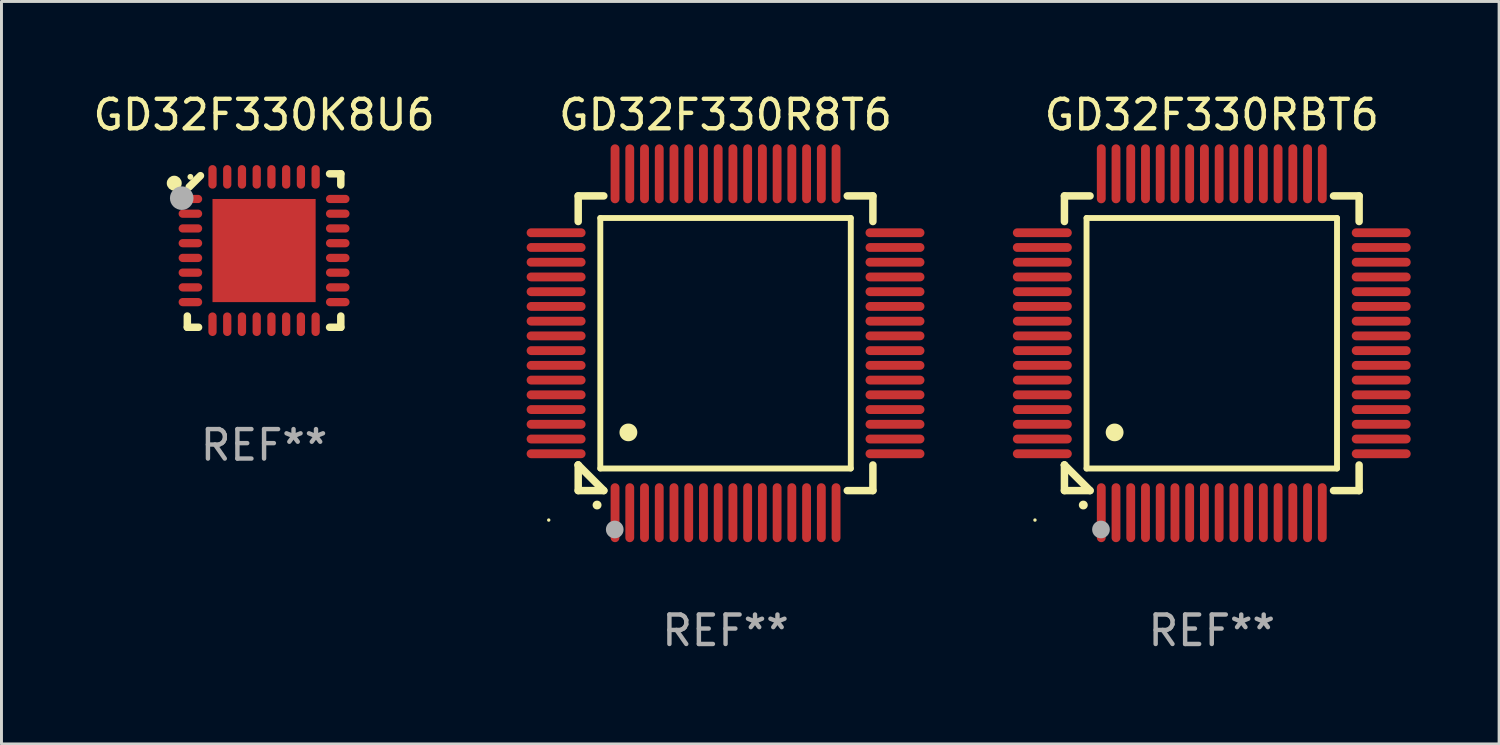
<source format=kicad_pcb>
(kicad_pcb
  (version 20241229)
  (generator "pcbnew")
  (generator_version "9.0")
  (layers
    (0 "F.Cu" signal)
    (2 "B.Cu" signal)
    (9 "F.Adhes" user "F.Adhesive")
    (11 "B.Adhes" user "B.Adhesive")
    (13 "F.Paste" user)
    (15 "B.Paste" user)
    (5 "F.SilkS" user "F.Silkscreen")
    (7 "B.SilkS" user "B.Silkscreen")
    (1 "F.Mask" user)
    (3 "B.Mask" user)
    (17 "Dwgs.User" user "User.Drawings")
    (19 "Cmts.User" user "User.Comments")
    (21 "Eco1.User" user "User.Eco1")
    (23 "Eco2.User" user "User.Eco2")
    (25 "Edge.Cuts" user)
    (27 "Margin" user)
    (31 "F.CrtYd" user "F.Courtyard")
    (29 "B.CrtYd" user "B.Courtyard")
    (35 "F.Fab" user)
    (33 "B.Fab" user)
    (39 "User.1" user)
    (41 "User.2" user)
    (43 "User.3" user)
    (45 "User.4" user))
  (footprint "GD32F330K8U6"
    (layer "F.Cu")
    (at 5.911 5.452)
    (property "Reference" "GD32F330K8U6" (at 0 -4.604 0) (layer "F.SilkS") (effects (font (size 1 1) (thickness 0.15))))
    (attr through_hole)
    (fp_line (start -2.604 2.223) (end -2.604 2.604) (stroke (width 0.254) (type solid)) (layer "F.SilkS"))
    (fp_line (start -2.604 2.604) (end -2.223 2.604) (stroke (width 0.254) (type solid)) (layer "F.SilkS"))
    (fp_line (start -2.159 -2.54) (end -2.54 -2.159) (stroke (width 0.254) (type solid)) (layer "F.SilkS"))
    (fp_line (start 2.223 2.604) (end 2.604 2.604) (stroke (width 0.254) (type solid)) (layer "F.SilkS"))
    (fp_line (start 2.604 -2.604) (end 2.223 -2.604) (stroke (width 0.254) (type solid)) (layer "F.SilkS"))
    (fp_line (start 2.604 -2.223) (end 2.604 -2.604) (stroke (width 0.254) (type solid)) (layer "F.SilkS"))
    (fp_line (start 2.604 2.604) (end 2.604 2.223) (stroke (width 0.254) (type solid)) (layer "F.SilkS"))
    (fp_circle (center -3.048 -2.286) (end -2.921 -2.286) (stroke (width 0.254) (type solid)) (fill no) (layer "F.SilkS"))
    (fp_circle (center -2.5 -2.5) (end -2.45 -2.5) (stroke (width 0.1) (type solid)) (fill no) (layer "F.SilkS"))
    (fp_circle (center -2.794 -1.778) (end -2.594 -1.778) (stroke (width 0.4) (type solid)) (fill no) (layer "F.Fab"))
    (fp_text user "REF**" (at 0 6.604 0) (layer "F.Fab") (effects (font (size 1 1) (thickness 0.15))))
    (pad "1" smd oval (at -2.5 -1.75) (size 0.8 0.28) (layers "F.Cu" "F.Mask" "F.Paste"))
    (pad "2" smd oval (at -2.5 -1.25) (size 0.8 0.28) (layers "F.Cu" "F.Mask" "F.Paste"))
    (pad "3" smd oval (at -2.5 -0.75) (size 0.8 0.28) (layers "F.Cu" "F.Mask" "F.Paste"))
    (pad "4" smd oval (at -2.5 -0.25) (size 0.8 0.28) (layers "F.Cu" "F.Mask" "F.Paste"))
    (pad "5" smd oval (at -2.5 0.25) (size 0.8 0.28) (layers "F.Cu" "F.Mask" "F.Paste"))
    (pad "6" smd oval (at -2.5 0.75) (size 0.8 0.28) (layers "F.Cu" "F.Mask" "F.Paste"))
    (pad "7" smd oval (at -2.5 1.25) (size 0.8 0.28) (layers "F.Cu" "F.Mask" "F.Paste"))
    (pad "8" smd oval (at -2.5 1.75) (size 0.8 0.28) (layers "F.Cu" "F.Mask" "F.Paste"))
    (pad "9" smd oval (at -1.75 2.5) (size 0.28 0.8) (layers "F.Cu" "F.Mask" "F.Paste"))
    (pad "10" smd oval (at -1.25 2.5) (size 0.28 0.8) (layers "F.Cu" "F.Mask" "F.Paste"))
    (pad "11" smd oval (at -0.75 2.5) (size 0.28 0.8) (layers "F.Cu" "F.Mask" "F.Paste"))
    (pad "12" smd oval (at -0.25 2.5) (size 0.28 0.8) (layers "F.Cu" "F.Mask" "F.Paste"))
    (pad "13" smd oval (at 0.25 2.5) (size 0.28 0.8) (layers "F.Cu" "F.Mask" "F.Paste"))
    (pad "14" smd oval (at 0.75 2.5) (size 0.28 0.8) (layers "F.Cu" "F.Mask" "F.Paste"))
    (pad "15" smd oval (at 1.25 2.5) (size 0.28 0.8) (layers "F.Cu" "F.Mask" "F.Paste"))
    (pad "16" smd oval (at 1.75 2.5) (size 0.28 0.8) (layers "F.Cu" "F.Mask" "F.Paste"))
    (pad "17" smd oval (at 2.5 1.75) (size 0.8 0.28) (layers "F.Cu" "F.Mask" "F.Paste"))
    (pad "18" smd oval (at 2.5 1.25) (size 0.8 0.28) (layers "F.Cu" "F.Mask" "F.Paste"))
    (pad "19" smd oval (at 2.5 0.75) (size 0.8 0.28) (layers "F.Cu" "F.Mask" "F.Paste"))
    (pad "20" smd oval (at 2.5 0.25) (size 0.8 0.28) (layers "F.Cu" "F.Mask" "F.Paste"))
    (pad "21" smd oval (at 2.5 -0.25) (size 0.8 0.28) (layers "F.Cu" "F.Mask" "F.Paste"))
    (pad "22" smd oval (at 2.5 -0.75) (size 0.8 0.28) (layers "F.Cu" "F.Mask" "F.Paste"))
    (pad "23" smd oval (at 2.5 -1.25) (size 0.8 0.28) (layers "F.Cu" "F.Mask" "F.Paste"))
    (pad "24" smd oval (at 2.5 -1.75) (size 0.8 0.28) (layers "F.Cu" "F.Mask" "F.Paste"))
    (pad "25" smd oval (at 1.75 -2.5) (size 0.28 0.8) (layers "F.Cu" "F.Mask" "F.Paste"))
    (pad "26" smd oval (at 1.25 -2.5) (size 0.28 0.8) (layers "F.Cu" "F.Mask" "F.Paste"))
    (pad "27" smd oval (at 0.75 -2.5) (size 0.28 0.8) (layers "F.Cu" "F.Mask" "F.Paste"))
    (pad "28" smd oval (at 0.25 -2.5) (size 0.28 0.8) (layers "F.Cu" "F.Mask" "F.Paste"))
    (pad "29" smd oval (at -0.25 -2.5) (size 0.28 0.8) (layers "F.Cu" "F.Mask" "F.Paste"))
    (pad "30" smd oval (at -0.75 -2.5) (size 0.28 0.8) (layers "F.Cu" "F.Mask" "F.Paste"))
    (pad "31" smd oval (at -1.25 -2.5) (size 0.28 0.8) (layers "F.Cu" "F.Mask" "F.Paste"))
    (pad "32" smd oval (at -1.75 -2.5) (size 0.28 0.8) (layers "F.Cu" "F.Mask" "F.Paste"))
    (pad "33" smd rect (at 0.000076 0.000076) (size 3.5 3.5) (layers "F.Cu" "F.Mask" "F.Paste")))
  (footprint "GD32F330R8T6"
    (layer "F.Cu")
    (at 21.571 8.598)
    (property "Reference" "GD32F330R8T6" (at 0 -7.75 0) (layer "F.SilkS") (effects (font (size 1 1) (thickness 0.15))))
    (attr through_hole)
    (fp_line (start -5 -5) (end -4.131 -5) (stroke (width 0.254) (type solid)) (layer "F.SilkS"))
    (fp_line (start -5 -4.131) (end -5 -5) (stroke (width 0.254) (type solid)) (layer "F.SilkS"))
    (fp_line (start -5 4.131) (end -5 4.131) (stroke (width 0.254) (type solid)) (layer "F.SilkS"))
    (fp_line (start -5 5) (end -5 4.131) (stroke (width 0.254) (type solid)) (layer "F.SilkS"))
    (fp_line (start -5 4.131) (end -4.131 5) (stroke (width 0.254) (type solid)) (layer "F.SilkS"))
    (fp_line (start -4.25 -4.25) (end -4.25 4.25) (stroke (width 0.2) (type solid)) (layer "F.SilkS"))
    (fp_line (start -4.25 4.25) (end 4.25 4.25) (stroke (width 0.2) (type solid)) (layer "F.SilkS"))
    (fp_line (start -4.131 5) (end -5 5) (stroke (width 0.254) (type solid)) (layer "F.SilkS"))
    (fp_line (start 4.25 -4.25) (end -4.25 -4.25) (stroke (width 0.2) (type solid)) (layer "F.SilkS"))
    (fp_line (start 4.25 4.25) (end 4.25 -4.25) (stroke (width 0.2) (type solid)) (layer "F.SilkS"))
    (fp_line (start 5 -5) (end 4.131 -5) (stroke (width 0.254) (type solid)) (layer "F.SilkS"))
    (fp_line (start 5 -5) (end 5 -4.131) (stroke (width 0.254) (type solid)) (layer "F.SilkS"))
    (fp_line (start 5 4.131) (end 5 5) (stroke (width 0.254) (type solid)) (layer "F.SilkS"))
    (fp_line (start 5 5) (end 4.131 5) (stroke (width 0.254) (type solid)) (layer "F.SilkS"))
    (fp_arc (start -4.361265 5.489992) (mid -4.359995 5.489987) (end -4.358725 5.489992) (stroke (width 0.3) (type solid)) (layer "F.SilkS"))
    (fp_arc (start -3.299467 3.025146) (mid -3.296927 3.025135) (end -3.294387 3.025146) (stroke (width 0.6) (type solid)) (layer "F.SilkS"))
    (fp_circle (center -6 6) (end -5.97 6) (stroke (width 0.06) (type solid)) (fill no) (layer "F.SilkS"))
    (fp_circle (center -3.76 6.32) (end -3.61 6.32) (stroke (width 0.3) (type solid)) (fill no) (layer "F.Fab"))
    (fp_text user "REF**" (at 0 9.75 0) (layer "F.Fab") (effects (font (size 1 1) (thickness 0.15))))
    (pad "1" smd oval (at -3.75 5.75) (size 0.3 2) (layers "F.Cu" "F.Mask" "F.Paste"))
    (pad "2" smd oval (at -3.25 5.75) (size 0.3 2) (layers "F.Cu" "F.Mask" "F.Paste"))
    (pad "3" smd oval (at -2.75 5.75) (size 0.3 2) (layers "F.Cu" "F.Mask" "F.Paste"))
    (pad "4" smd oval (at -2.25 5.75) (size 0.3 2) (layers "F.Cu" "F.Mask" "F.Paste"))
    (pad "5" smd oval (at -1.75 5.75) (size 0.3 2) (layers "F.Cu" "F.Mask" "F.Paste"))
    (pad "6" smd oval (at -1.25 5.75) (size 0.3 2) (layers "F.Cu" "F.Mask" "F.Paste"))
    (pad "7" smd oval (at -0.75 5.75) (size 0.3 2) (layers "F.Cu" "F.Mask" "F.Paste"))
    (pad "8" smd oval (at -0.25 5.75) (size 0.3 2) (layers "F.Cu" "F.Mask" "F.Paste"))
    (pad "9" smd oval (at 0.25 5.75) (size 0.3 2) (layers "F.Cu" "F.Mask" "F.Paste"))
    (pad "10" smd oval (at 0.75 5.75) (size 0.3 2) (layers "F.Cu" "F.Mask" "F.Paste"))
    (pad "11" smd oval (at 1.25 5.75) (size 0.3 2) (layers "F.Cu" "F.Mask" "F.Paste"))
    (pad "12" smd oval (at 1.75 5.75) (size 0.3 2) (layers "F.Cu" "F.Mask" "F.Paste"))
    (pad "13" smd oval (at 2.25 5.75) (size 0.3 2) (layers "F.Cu" "F.Mask" "F.Paste"))
    (pad "14" smd oval (at 2.75 5.75) (size 0.3 2) (layers "F.Cu" "F.Mask" "F.Paste"))
    (pad "15" smd oval (at 3.25 5.75) (size 0.3 2) (layers "F.Cu" "F.Mask" "F.Paste"))
    (pad "16" smd oval (at 3.75 5.75) (size 0.3 2) (layers "F.Cu" "F.Mask" "F.Paste"))
    (pad "17" smd oval (at 5.75 3.75) (size 2 0.3) (layers "F.Cu" "F.Mask" "F.Paste"))
    (pad "18" smd oval (at 5.75 3.25) (size 2 0.3) (layers "F.Cu" "F.Mask" "F.Paste"))
    (pad "19" smd oval (at 5.75 2.75) (size 2 0.3) (layers "F.Cu" "F.Mask" "F.Paste"))
    (pad "20" smd oval (at 5.75 2.25) (size 2 0.3) (layers "F.Cu" "F.Mask" "F.Paste"))
    (pad "21" smd oval (at 5.75 1.75) (size 2 0.3) (layers "F.Cu" "F.Mask" "F.Paste"))
    (pad "22" smd oval (at 5.75 1.25) (size 2 0.3) (layers "F.Cu" "F.Mask" "F.Paste"))
    (pad "23" smd oval (at 5.75 0.75) (size 2 0.3) (layers "F.Cu" "F.Mask" "F.Paste"))
    (pad "24" smd oval (at 5.75 0.25) (size 2 0.3) (layers "F.Cu" "F.Mask" "F.Paste"))
    (pad "25" smd oval (at 5.75 -0.25) (size 2 0.3) (layers "F.Cu" "F.Mask" "F.Paste"))
    (pad "26" smd oval (at 5.75 -0.75) (size 2 0.3) (layers "F.Cu" "F.Mask" "F.Paste"))
    (pad "27" smd oval (at 5.75 -1.25) (size 2 0.3) (layers "F.Cu" "F.Mask" "F.Paste"))
    (pad "28" smd oval (at 5.75 -1.75) (size 2 0.3) (layers "F.Cu" "F.Mask" "F.Paste"))
    (pad "29" smd oval (at 5.75 -2.25) (size 2 0.3) (layers "F.Cu" "F.Mask" "F.Paste"))
    (pad "30" smd oval (at 5.75 -2.75) (size 2 0.3) (layers "F.Cu" "F.Mask" "F.Paste"))
    (pad "31" smd oval (at 5.75 -3.25) (size 2 0.3) (layers "F.Cu" "F.Mask" "F.Paste"))
    (pad "32" smd oval (at 5.75 -3.75) (size 2 0.3) (layers "F.Cu" "F.Mask" "F.Paste"))
    (pad "33" smd oval (at 3.75 -5.75) (size 0.3 2) (layers "F.Cu" "F.Mask" "F.Paste"))
    (pad "34" smd oval (at 3.25 -5.75) (size 0.3 2) (layers "F.Cu" "F.Mask" "F.Paste"))
    (pad "35" smd oval (at 2.75 -5.75) (size 0.3 2) (layers "F.Cu" "F.Mask" "F.Paste"))
    (pad "36" smd oval (at 2.25 -5.75) (size 0.3 2) (layers "F.Cu" "F.Mask" "F.Paste"))
    (pad "37" smd oval (at 1.75 -5.75) (size 0.3 2) (layers "F.Cu" "F.Mask" "F.Paste"))
    (pad "38" smd oval (at 1.25 -5.75) (size 0.3 2) (layers "F.Cu" "F.Mask" "F.Paste"))
    (pad "39" smd oval (at 0.75 -5.75) (size 0.3 2) (layers "F.Cu" "F.Mask" "F.Paste"))
    (pad "40" smd oval (at 0.25 -5.75) (size 0.3 2) (layers "F.Cu" "F.Mask" "F.Paste"))
    (pad "41" smd oval (at -0.25 -5.75) (size 0.3 2) (layers "F.Cu" "F.Mask" "F.Paste"))
    (pad "42" smd oval (at -0.75 -5.75) (size 0.3 2) (layers "F.Cu" "F.Mask" "F.Paste"))
    (pad "43" smd oval (at -1.25 -5.75) (size 0.3 2) (layers "F.Cu" "F.Mask" "F.Paste"))
    (pad "44" smd oval (at -1.75 -5.75) (size 0.3 2) (layers "F.Cu" "F.Mask" "F.Paste"))
    (pad "45" smd oval (at -2.25 -5.75) (size 0.3 2) (layers "F.Cu" "F.Mask" "F.Paste"))
    (pad "46" smd oval (at -2.75 -5.75) (size 0.3 2) (layers "F.Cu" "F.Mask" "F.Paste"))
    (pad "47" smd oval (at -3.25 -5.75) (size 0.3 2) (layers "F.Cu" "F.Mask" "F.Paste"))
    (pad "48" smd oval (at -3.75 -5.75) (size 0.3 2) (layers "F.Cu" "F.Mask" "F.Paste"))
    (pad "49" smd oval (at -5.75 -3.75) (size 2 0.3) (layers "F.Cu" "F.Mask" "F.Paste"))
    (pad "50" smd oval (at -5.75 -3.25) (size 2 0.3) (layers "F.Cu" "F.Mask" "F.Paste"))
    (pad "51" smd oval (at -5.75 -2.75) (size 2 0.3) (layers "F.Cu" "F.Mask" "F.Paste"))
    (pad "52" smd oval (at -5.75 -2.25) (size 2 0.3) (layers "F.Cu" "F.Mask" "F.Paste"))
    (pad "53" smd oval (at -5.75 -1.75) (size 2 0.3) (layers "F.Cu" "F.Mask" "F.Paste"))
    (pad "54" smd oval (at -5.75 -1.25) (size 2 0.3) (layers "F.Cu" "F.Mask" "F.Paste"))
    (pad "55" smd oval (at -5.75 -0.75) (size 2 0.3) (layers "F.Cu" "F.Mask" "F.Paste"))
    (pad "56" smd oval (at -5.75 -0.25) (size 2 0.3) (layers "F.Cu" "F.Mask" "F.Paste"))
    (pad "57" smd oval (at -5.75 0.25) (size 2 0.3) (layers "F.Cu" "F.Mask" "F.Paste"))
    (pad "58" smd oval (at -5.75 0.75) (size 2 0.3) (layers "F.Cu" "F.Mask" "F.Paste"))
    (pad "59" smd oval (at -5.75 1.25) (size 2 0.3) (layers "F.Cu" "F.Mask" "F.Paste"))
    (pad "60" smd oval (at -5.75 1.75) (size 2 0.3) (layers "F.Cu" "F.Mask" "F.Paste"))
    (pad "61" smd oval (at -5.75 2.25) (size 2 0.3) (layers "F.Cu" "F.Mask" "F.Paste"))
    (pad "62" smd oval (at -5.75 2.75) (size 2 0.3) (layers "F.Cu" "F.Mask" "F.Paste"))
    (pad "63" smd oval (at -5.75 3.25) (size 2 0.3) (layers "F.Cu" "F.Mask" "F.Paste"))
    (pad "64" smd oval (at -5.75 3.75) (size 2 0.3) (layers "F.Cu" "F.Mask" "F.Paste")))
  (footprint "GD32F330RBT6"
    (layer "F.Cu")
    (at 38.071 8.598)
    (property "Reference" "GD32F330RBT6" (at 0 -7.75 0) (layer "F.SilkS") (effects (font (size 1 1) (thickness 0.15))))
    (attr through_hole)
    (fp_line (start -5 -5) (end -4.131 -5) (stroke (width 0.254) (type solid)) (layer "F.SilkS"))
    (fp_line (start -5 -4.131) (end -5 -5) (stroke (width 0.254) (type solid)) (layer "F.SilkS"))
    (fp_line (start -5 4.131) (end -5 4.131) (stroke (width 0.254) (type solid)) (layer "F.SilkS"))
    (fp_line (start -5 5) (end -5 4.131) (stroke (width 0.254) (type solid)) (layer "F.SilkS"))
    (fp_line (start -5 4.131) (end -4.131 5) (stroke (width 0.254) (type solid)) (layer "F.SilkS"))
    (fp_line (start -4.25 -4.25) (end -4.25 4.25) (stroke (width 0.2) (type solid)) (layer "F.SilkS"))
    (fp_line (start -4.25 4.25) (end 4.25 4.25) (stroke (width 0.2) (type solid)) (layer "F.SilkS"))
    (fp_line (start -4.131 5) (end -5 5) (stroke (width 0.254) (type solid)) (layer "F.SilkS"))
    (fp_line (start 4.25 -4.25) (end -4.25 -4.25) (stroke (width 0.2) (type solid)) (layer "F.SilkS"))
    (fp_line (start 4.25 4.25) (end 4.25 -4.25) (stroke (width 0.2) (type solid)) (layer "F.SilkS"))
    (fp_line (start 5 -5) (end 4.131 -5) (stroke (width 0.254) (type solid)) (layer "F.SilkS"))
    (fp_line (start 5 -5) (end 5 -4.131) (stroke (width 0.254) (type solid)) (layer "F.SilkS"))
    (fp_line (start 5 4.131) (end 5 5) (stroke (width 0.254) (type solid)) (layer "F.SilkS"))
    (fp_line (start 5 5) (end 4.131 5) (stroke (width 0.254) (type solid)) (layer "F.SilkS"))
    (fp_arc (start -4.361265 5.489992) (mid -4.359995 5.489987) (end -4.358725 5.489992) (stroke (width 0.3) (type solid)) (layer "F.SilkS"))
    (fp_arc (start -3.299467 3.025146) (mid -3.296927 3.025135) (end -3.294387 3.025146) (stroke (width 0.6) (type solid)) (layer "F.SilkS"))
    (fp_circle (center -6 6) (end -5.97 6) (stroke (width 0.06) (type solid)) (fill no) (layer "F.SilkS"))
    (fp_circle (center -3.76 6.32) (end -3.61 6.32) (stroke (width 0.3) (type solid)) (fill no) (layer "F.Fab"))
    (fp_text user "REF**" (at 0 9.75 0) (layer "F.Fab") (effects (font (size 1 1) (thickness 0.15))))
    (pad "1" smd oval (at -3.75 5.75) (size 0.3 2) (layers "F.Cu" "F.Mask" "F.Paste"))
    (pad "2" smd oval (at -3.25 5.75) (size 0.3 2) (layers "F.Cu" "F.Mask" "F.Paste"))
    (pad "3" smd oval (at -2.75 5.75) (size 0.3 2) (layers "F.Cu" "F.Mask" "F.Paste"))
    (pad "4" smd oval (at -2.25 5.75) (size 0.3 2) (layers "F.Cu" "F.Mask" "F.Paste"))
    (pad "5" smd oval (at -1.75 5.75) (size 0.3 2) (layers "F.Cu" "F.Mask" "F.Paste"))
    (pad "6" smd oval (at -1.25 5.75) (size 0.3 2) (layers "F.Cu" "F.Mask" "F.Paste"))
    (pad "7" smd oval (at -0.75 5.75) (size 0.3 2) (layers "F.Cu" "F.Mask" "F.Paste"))
    (pad "8" smd oval (at -0.25 5.75) (size 0.3 2) (layers "F.Cu" "F.Mask" "F.Paste"))
    (pad "9" smd oval (at 0.25 5.75) (size 0.3 2) (layers "F.Cu" "F.Mask" "F.Paste"))
    (pad "10" smd oval (at 0.75 5.75) (size 0.3 2) (layers "F.Cu" "F.Mask" "F.Paste"))
    (pad "11" smd oval (at 1.25 5.75) (size 0.3 2) (layers "F.Cu" "F.Mask" "F.Paste"))
    (pad "12" smd oval (at 1.75 5.75) (size 0.3 2) (layers "F.Cu" "F.Mask" "F.Paste"))
    (pad "13" smd oval (at 2.25 5.75) (size 0.3 2) (layers "F.Cu" "F.Mask" "F.Paste"))
    (pad "14" smd oval (at 2.75 5.75) (size 0.3 2) (layers "F.Cu" "F.Mask" "F.Paste"))
    (pad "15" smd oval (at 3.25 5.75) (size 0.3 2) (layers "F.Cu" "F.Mask" "F.Paste"))
    (pad "16" smd oval (at 3.75 5.75) (size 0.3 2) (layers "F.Cu" "F.Mask" "F.Paste"))
    (pad "17" smd oval (at 5.75 3.75) (size 2 0.3) (layers "F.Cu" "F.Mask" "F.Paste"))
    (pad "18" smd oval (at 5.75 3.25) (size 2 0.3) (layers "F.Cu" "F.Mask" "F.Paste"))
    (pad "19" smd oval (at 5.75 2.75) (size 2 0.3) (layers "F.Cu" "F.Mask" "F.Paste"))
    (pad "20" smd oval (at 5.75 2.25) (size 2 0.3) (layers "F.Cu" "F.Mask" "F.Paste"))
    (pad "21" smd oval (at 5.75 1.75) (size 2 0.3) (layers "F.Cu" "F.Mask" "F.Paste"))
    (pad "22" smd oval (at 5.75 1.25) (size 2 0.3) (layers "F.Cu" "F.Mask" "F.Paste"))
    (pad "23" smd oval (at 5.75 0.75) (size 2 0.3) (layers "F.Cu" "F.Mask" "F.Paste"))
    (pad "24" smd oval (at 5.75 0.25) (size 2 0.3) (layers "F.Cu" "F.Mask" "F.Paste"))
    (pad "25" smd oval (at 5.75 -0.25) (size 2 0.3) (layers "F.Cu" "F.Mask" "F.Paste"))
    (pad "26" smd oval (at 5.75 -0.75) (size 2 0.3) (layers "F.Cu" "F.Mask" "F.Paste"))
    (pad "27" smd oval (at 5.75 -1.25) (size 2 0.3) (layers "F.Cu" "F.Mask" "F.Paste"))
    (pad "28" smd oval (at 5.75 -1.75) (size 2 0.3) (layers "F.Cu" "F.Mask" "F.Paste"))
    (pad "29" smd oval (at 5.75 -2.25) (size 2 0.3) (layers "F.Cu" "F.Mask" "F.Paste"))
    (pad "30" smd oval (at 5.75 -2.75) (size 2 0.3) (layers "F.Cu" "F.Mask" "F.Paste"))
    (pad "31" smd oval (at 5.75 -3.25) (size 2 0.3) (layers "F.Cu" "F.Mask" "F.Paste"))
    (pad "32" smd oval (at 5.75 -3.75) (size 2 0.3) (layers "F.Cu" "F.Mask" "F.Paste"))
    (pad "33" smd oval (at 3.75 -5.75) (size 0.3 2) (layers "F.Cu" "F.Mask" "F.Paste"))
    (pad "34" smd oval (at 3.25 -5.75) (size 0.3 2) (layers "F.Cu" "F.Mask" "F.Paste"))
    (pad "35" smd oval (at 2.75 -5.75) (size 0.3 2) (layers "F.Cu" "F.Mask" "F.Paste"))
    (pad "36" smd oval (at 2.25 -5.75) (size 0.3 2) (layers "F.Cu" "F.Mask" "F.Paste"))
    (pad "37" smd oval (at 1.75 -5.75) (size 0.3 2) (layers "F.Cu" "F.Mask" "F.Paste"))
    (pad "38" smd oval (at 1.25 -5.75) (size 0.3 2) (layers "F.Cu" "F.Mask" "F.Paste"))
    (pad "39" smd oval (at 0.75 -5.75) (size 0.3 2) (layers "F.Cu" "F.Mask" "F.Paste"))
    (pad "40" smd oval (at 0.25 -5.75) (size 0.3 2) (layers "F.Cu" "F.Mask" "F.Paste"))
    (pad "41" smd oval (at -0.25 -5.75) (size 0.3 2) (layers "F.Cu" "F.Mask" "F.Paste"))
    (pad "42" smd oval (at -0.75 -5.75) (size 0.3 2) (layers "F.Cu" "F.Mask" "F.Paste"))
    (pad "43" smd oval (at -1.25 -5.75) (size 0.3 2) (layers "F.Cu" "F.Mask" "F.Paste"))
    (pad "44" smd oval (at -1.75 -5.75) (size 0.3 2) (layers "F.Cu" "F.Mask" "F.Paste"))
    (pad "45" smd oval (at -2.25 -5.75) (size 0.3 2) (layers "F.Cu" "F.Mask" "F.Paste"))
    (pad "46" smd oval (at -2.75 -5.75) (size 0.3 2) (layers "F.Cu" "F.Mask" "F.Paste"))
    (pad "47" smd oval (at -3.25 -5.75) (size 0.3 2) (layers "F.Cu" "F.Mask" "F.Paste"))
    (pad "48" smd oval (at -3.75 -5.75) (size 0.3 2) (layers "F.Cu" "F.Mask" "F.Paste"))
    (pad "49" smd oval (at -5.75 -3.75) (size 2 0.3) (layers "F.Cu" "F.Mask" "F.Paste"))
    (pad "50" smd oval (at -5.75 -3.25) (size 2 0.3) (layers "F.Cu" "F.Mask" "F.Paste"))
    (pad "51" smd oval (at -5.75 -2.75) (size 2 0.3) (layers "F.Cu" "F.Mask" "F.Paste"))
    (pad "52" smd oval (at -5.75 -2.25) (size 2 0.3) (layers "F.Cu" "F.Mask" "F.Paste"))
    (pad "53" smd oval (at -5.75 -1.75) (size 2 0.3) (layers "F.Cu" "F.Mask" "F.Paste"))
    (pad "54" smd oval (at -5.75 -1.25) (size 2 0.3) (layers "F.Cu" "F.Mask" "F.Paste"))
    (pad "55" smd oval (at -5.75 -0.75) (size 2 0.3) (layers "F.Cu" "F.Mask" "F.Paste"))
    (pad "56" smd oval (at -5.75 -0.25) (size 2 0.3) (layers "F.Cu" "F.Mask" "F.Paste"))
    (pad "57" smd oval (at -5.75 0.25) (size 2 0.3) (layers "F.Cu" "F.Mask" "F.Paste"))
    (pad "58" smd oval (at -5.75 0.75) (size 2 0.3) (layers "F.Cu" "F.Mask" "F.Paste"))
    (pad "59" smd oval (at -5.75 1.25) (size 2 0.3) (layers "F.Cu" "F.Mask" "F.Paste"))
    (pad "60" smd oval (at -5.75 1.75) (size 2 0.3) (layers "F.Cu" "F.Mask" "F.Paste"))
    (pad "61" smd oval (at -5.75 2.25) (size 2 0.3) (layers "F.Cu" "F.Mask" "F.Paste"))
    (pad "62" smd oval (at -5.75 2.75) (size 2 0.3) (layers "F.Cu" "F.Mask" "F.Paste"))
    (pad "63" smd oval (at -5.75 3.25) (size 2 0.3) (layers "F.Cu" "F.Mask" "F.Paste"))
    (pad "64" smd oval (at -5.75 3.75) (size 2 0.3) (layers "F.Cu" "F.Mask" "F.Paste")))
  (gr_rect
    (start -3 -3)
    (end 47.821 22.196)
    (stroke (width 0.1) (type default))
    (fill no)
    (layer "Edge.Cuts")))
</source>
